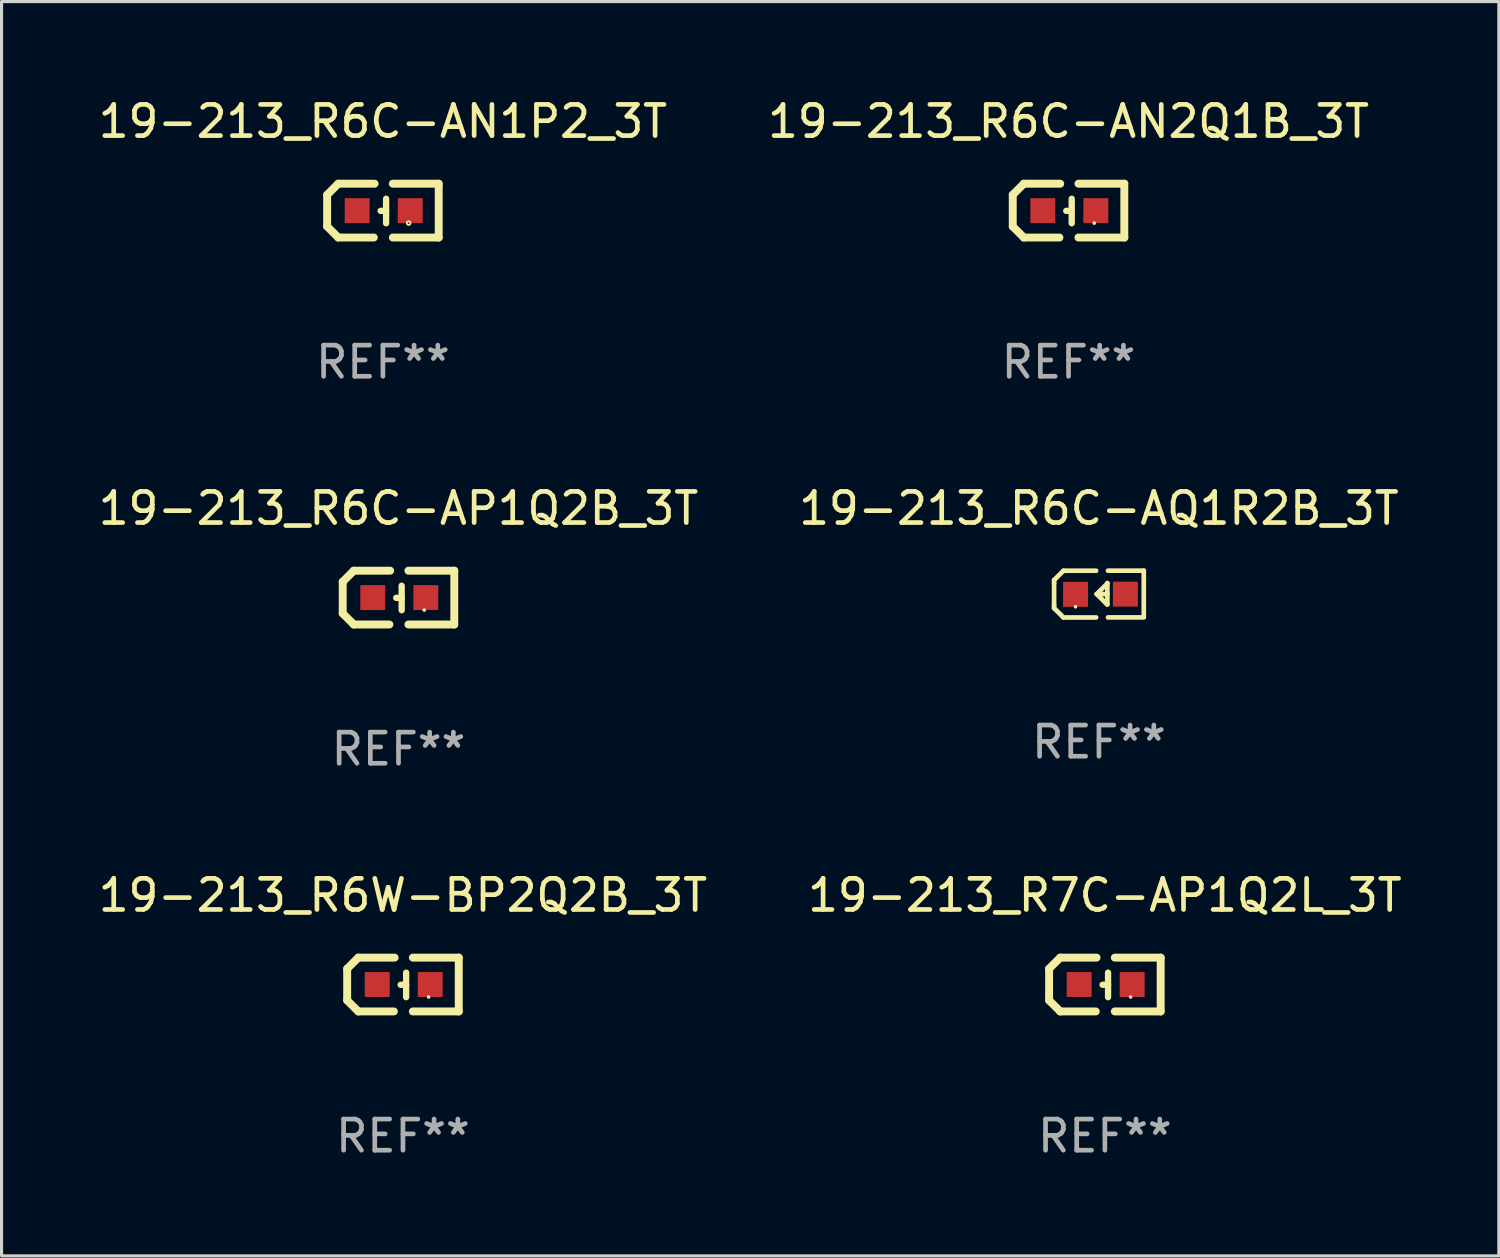
<source format=kicad_pcb>
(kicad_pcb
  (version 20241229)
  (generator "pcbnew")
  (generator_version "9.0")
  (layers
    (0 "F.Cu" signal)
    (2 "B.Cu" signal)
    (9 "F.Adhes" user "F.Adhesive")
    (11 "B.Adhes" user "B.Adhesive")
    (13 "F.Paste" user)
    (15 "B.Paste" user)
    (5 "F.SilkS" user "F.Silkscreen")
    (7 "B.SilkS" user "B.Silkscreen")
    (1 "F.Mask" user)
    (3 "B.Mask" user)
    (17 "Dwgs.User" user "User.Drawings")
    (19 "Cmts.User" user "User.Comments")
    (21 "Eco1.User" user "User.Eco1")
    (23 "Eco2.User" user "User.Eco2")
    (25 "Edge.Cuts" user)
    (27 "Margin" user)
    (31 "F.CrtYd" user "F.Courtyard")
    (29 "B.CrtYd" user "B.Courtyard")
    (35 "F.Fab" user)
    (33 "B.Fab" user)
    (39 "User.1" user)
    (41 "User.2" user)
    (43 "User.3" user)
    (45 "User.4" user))
  (footprint "19-213_R6C-AP1Q2B_3T"
    (layer "F.Cu")
    (at 9.744 16.136)
    (property "Reference" "19-213_R6C-AP1Q2B_3T" (at 0 -2.864 0) (layer "F.SilkS") (effects (font (size 1 1) (thickness 0.15))))
    (attr through_hole)
    (fp_line (start -1.791 -0.508) (end -1.435 -0.864) (stroke (width 0.254) (type solid)) (layer "F.SilkS"))
    (fp_line (start -1.791 0.508) (end -1.791 -0.508) (stroke (width 0.254) (type solid)) (layer "F.SilkS"))
    (fp_line (start -1.435 0.864) (end -1.791 0.508) (stroke (width 0.254) (type solid)) (layer "F.SilkS"))
    (fp_line (start -0.292 0.864) (end -1.435 0.864) (stroke (width 0.254) (type solid)) (layer "F.SilkS"))
    (fp_line (start -0.267 -0.864) (end -1.435 -0.864) (stroke (width 0.254) (type solid)) (layer "F.SilkS"))
    (fp_line (start 0.102 0.008) (end -0.074 0.008) (stroke (width 0.203) (type solid)) (layer "F.SilkS"))
    (fp_line (start 0.102 0.406) (end 0.102 -0.381) (stroke (width 0.203) (type solid)) (layer "F.SilkS"))
    (fp_line (start 1.791 -0.864) (end 0.318 -0.864) (stroke (width 0.254) (type solid)) (layer "F.SilkS"))
    (fp_line (start 1.791 0.864) (end 0.318 0.864) (stroke (width 0.254) (type solid)) (layer "F.SilkS"))
    (fp_line (start 1.791 0.864) (end 1.791 -0.864) (stroke (width 0.254) (type solid)) (layer "F.SilkS"))
    (fp_circle (center 0.825 0.4) (end 0.855 0.4) (stroke (width 0.06) (type solid)) (fill no) (layer "F.SilkS"))
    (fp_text user "REF**" (at 0 4.864 0) (layer "F.Fab") (effects (font (size 1 1) (thickness 0.15))))
    (pad "1" smd rect (at 0.876 0 90) (size 0.8 0.8) (layers "F.Cu" "F.Mask" "F.Paste"))
    (pad "2" smd rect (at -0.826 0 90) (size 0.8 0.8) (layers "F.Cu" "F.Mask" "F.Paste")))
  (footprint "19-213_R6W-BP2Q2B_3T"
    (layer "F.Cu")
    (at 9.887 28.559)
    (property "Reference" "19-213_R6W-BP2Q2B_3T" (at 0 -2.864 0) (layer "F.SilkS") (effects (font (size 1 1) (thickness 0.15))))
    (attr through_hole)
    (fp_line (start -1.791 -0.508) (end -1.435 -0.864) (stroke (width 0.254) (type solid)) (layer "F.SilkS"))
    (fp_line (start -1.791 0.508) (end -1.791 -0.508) (stroke (width 0.254) (type solid)) (layer "F.SilkS"))
    (fp_line (start -1.435 0.864) (end -1.791 0.508) (stroke (width 0.254) (type solid)) (layer "F.SilkS"))
    (fp_line (start -0.292 0.864) (end -1.435 0.864) (stroke (width 0.254) (type solid)) (layer "F.SilkS"))
    (fp_line (start -0.267 -0.864) (end -1.435 -0.864) (stroke (width 0.254) (type solid)) (layer "F.SilkS"))
    (fp_line (start 0.102 0.008) (end -0.074 0.008) (stroke (width 0.203) (type solid)) (layer "F.SilkS"))
    (fp_line (start 0.102 0.406) (end 0.102 -0.381) (stroke (width 0.203) (type solid)) (layer "F.SilkS"))
    (fp_line (start 1.791 -0.864) (end 0.318 -0.864) (stroke (width 0.254) (type solid)) (layer "F.SilkS"))
    (fp_line (start 1.791 0.864) (end 0.318 0.864) (stroke (width 0.254) (type solid)) (layer "F.SilkS"))
    (fp_line (start 1.791 0.864) (end 1.791 -0.864) (stroke (width 0.254) (type solid)) (layer "F.SilkS"))
    (fp_circle (center 0.825 0.4) (end 0.855 0.4) (stroke (width 0.06) (type solid)) (fill no) (layer "F.SilkS"))
    (fp_text user "REF**" (at 0 4.864 0) (layer "F.Fab") (effects (font (size 1 1) (thickness 0.15))))
    (pad "1" smd rect (at 0.876 0 90) (size 0.8 0.8) (layers "F.Cu" "F.Mask" "F.Paste"))
    (pad "2" smd rect (at -0.826 0 90) (size 0.8 0.8) (layers "F.Cu" "F.Mask" "F.Paste")))
  (footprint "19-213_R6C-AN2Q1B_3T"
    (layer "F.Cu")
    (at 31.256 3.712)
    (property "Reference" "19-213_R6C-AN2Q1B_3T" (at 0 -2.864 0) (layer "F.SilkS") (effects (font (size 1 1) (thickness 0.15))))
    (attr through_hole)
    (fp_line (start -1.791 -0.508) (end -1.435 -0.864) (stroke (width 0.254) (type solid)) (layer "F.SilkS"))
    (fp_line (start -1.791 0.508) (end -1.791 -0.508) (stroke (width 0.254) (type solid)) (layer "F.SilkS"))
    (fp_line (start -1.435 0.864) (end -1.791 0.508) (stroke (width 0.254) (type solid)) (layer "F.SilkS"))
    (fp_line (start -0.292 0.864) (end -1.435 0.864) (stroke (width 0.254) (type solid)) (layer "F.SilkS"))
    (fp_line (start -0.267 -0.864) (end -1.435 -0.864) (stroke (width 0.254) (type solid)) (layer "F.SilkS"))
    (fp_line (start 0.102 0.008) (end -0.074 0.008) (stroke (width 0.203) (type solid)) (layer "F.SilkS"))
    (fp_line (start 0.102 0.406) (end 0.102 -0.381) (stroke (width 0.203) (type solid)) (layer "F.SilkS"))
    (fp_line (start 1.791 -0.864) (end 0.318 -0.864) (stroke (width 0.254) (type solid)) (layer "F.SilkS"))
    (fp_line (start 1.791 0.864) (end 0.318 0.864) (stroke (width 0.254) (type solid)) (layer "F.SilkS"))
    (fp_line (start 1.791 0.864) (end 1.791 -0.864) (stroke (width 0.254) (type solid)) (layer "F.SilkS"))
    (fp_circle (center 0.825 0.4) (end 0.855 0.4) (stroke (width 0.06) (type solid)) (fill no) (layer "F.SilkS"))
    (fp_text user "REF**" (at 0 4.864 0) (layer "F.Fab") (effects (font (size 1 1) (thickness 0.15))))
    (pad "1" smd rect (at 0.876 0 90) (size 0.8 0.8) (layers "F.Cu" "F.Mask" "F.Paste"))
    (pad "2" smd rect (at -0.826 0 90) (size 0.8 0.8) (layers "F.Cu" "F.Mask" "F.Paste")))
  (footprint "19-213_R7C-AP1Q2L_3T"
    (layer "F.Cu")
    (at 32.423 28.559)
    (property "Reference" "19-213_R7C-AP1Q2L_3T" (at 0 -2.864 0) (layer "F.SilkS") (effects (font (size 1 1) (thickness 0.15))))
    (attr through_hole)
    (fp_line (start -1.791 -0.508) (end -1.435 -0.864) (stroke (width 0.254) (type solid)) (layer "F.SilkS"))
    (fp_line (start -1.791 0.508) (end -1.791 -0.508) (stroke (width 0.254) (type solid)) (layer "F.SilkS"))
    (fp_line (start -1.435 0.864) (end -1.791 0.508) (stroke (width 0.254) (type solid)) (layer "F.SilkS"))
    (fp_line (start -0.292 0.864) (end -1.435 0.864) (stroke (width 0.254) (type solid)) (layer "F.SilkS"))
    (fp_line (start -0.267 -0.864) (end -1.435 -0.864) (stroke (width 0.254) (type solid)) (layer "F.SilkS"))
    (fp_line (start 0.102 0.008) (end -0.074 0.008) (stroke (width 0.203) (type solid)) (layer "F.SilkS"))
    (fp_line (start 0.102 0.406) (end 0.102 -0.381) (stroke (width 0.203) (type solid)) (layer "F.SilkS"))
    (fp_line (start 1.791 -0.864) (end 0.318 -0.864) (stroke (width 0.254) (type solid)) (layer "F.SilkS"))
    (fp_line (start 1.791 0.864) (end 0.318 0.864) (stroke (width 0.254) (type solid)) (layer "F.SilkS"))
    (fp_line (start 1.791 0.864) (end 1.791 -0.864) (stroke (width 0.254) (type solid)) (layer "F.SilkS"))
    (fp_circle (center 0.825 0.4) (end 0.855 0.4) (stroke (width 0.06) (type solid)) (fill no) (layer "F.SilkS"))
    (fp_text user "REF**" (at 0 4.864 0) (layer "F.Fab") (effects (font (size 1 1) (thickness 0.15))))
    (pad "1" smd rect (at 0.876 0 90) (size 0.8 0.8) (layers "F.Cu" "F.Mask" "F.Paste"))
    (pad "2" smd rect (at -0.826 0 90) (size 0.8 0.8) (layers "F.Cu" "F.Mask" "F.Paste")))
  (footprint "19-213_R6C-AN1P2_3T"
    (layer "F.Cu")
    (at 9.244 3.712)
    (property "Reference" "19-213_R6C-AN1P2_3T" (at 0 -2.864 0) (layer "F.SilkS") (effects (font (size 1 1) (thickness 0.15))))
    (attr through_hole)
    (fp_line (start -1.791 -0.508) (end -1.435 -0.864) (stroke (width 0.254) (type solid)) (layer "F.SilkS"))
    (fp_line (start -1.791 0.508) (end -1.791 -0.508) (stroke (width 0.254) (type solid)) (layer "F.SilkS"))
    (fp_line (start -1.435 0.864) (end -1.791 0.508) (stroke (width 0.254) (type solid)) (layer "F.SilkS"))
    (fp_line (start -0.292 0.864) (end -1.435 0.864) (stroke (width 0.254) (type solid)) (layer "F.SilkS"))
    (fp_line (start -0.267 -0.864) (end -1.435 -0.864) (stroke (width 0.254) (type solid)) (layer "F.SilkS"))
    (fp_line (start 0.102 0.008) (end -0.074 0.008) (stroke (width 0.203) (type solid)) (layer "F.SilkS"))
    (fp_line (start 0.102 0.406) (end 0.102 -0.381) (stroke (width 0.203) (type solid)) (layer "F.SilkS"))
    (fp_line (start 1.791 -0.864) (end 0.318 -0.864) (stroke (width 0.254) (type solid)) (layer "F.SilkS"))
    (fp_line (start 1.791 0.864) (end 0.318 0.864) (stroke (width 0.254) (type solid)) (layer "F.SilkS"))
    (fp_line (start 1.791 0.864) (end 1.791 -0.864) (stroke (width 0.254) (type solid)) (layer "F.SilkS"))
    (fp_circle (center 0.826 0.4) (end 0.855 0.4) (stroke (width 0.06) (type solid)) (fill no) (layer "F.SilkS"))
    (fp_text user "REF**" (at 0 4.864 0) (layer "F.Fab") (effects (font (size 1 1) (thickness 0.15))))
    (pad "1" smd rect (at 0.876 0 90) (size 0.8 0.8) (layers "F.Cu" "F.Mask" "F.Paste"))
    (pad "2" smd rect (at -0.826 0 90) (size 0.8 0.8) (layers "F.Cu" "F.Mask" "F.Paste")))
  (footprint "19-213_R6C-AQ1R2B_3T"
    (layer "F.Cu")
    (at 32.232 16.023)
    (property "Reference" "19-213_R6C-AQ1R2B_3T" (at 0 -2.751 0) (layer "F.SilkS") (effects (font (size 1 1) (thickness 0.15))))
    (attr through_hole)
    (fp_line (start -1.44 -0.449) (end -1.14 -0.749) (stroke (width 0.15) (type solid)) (layer "F.SilkS"))
    (fp_line (start -1.44 -0.349) (end -1.44 -0.449) (stroke (width 0.15) (type solid)) (layer "F.SilkS"))
    (fp_line (start -1.44 -0.349) (end -1.44 0.351) (stroke (width 0.15) (type solid)) (layer "F.SilkS"))
    (fp_line (start -1.44 0.351) (end -1.44 0.451) (stroke (width 0.15) (type solid)) (layer "F.SilkS"))
    (fp_line (start -1.44 0.451) (end -1.14 0.751) (stroke (width 0.15) (type solid)) (layer "F.SilkS"))
    (fp_line (start -0.09 -0.749) (end -1.14 -0.749) (stroke (width 0.15) (type solid)) (layer "F.SilkS"))
    (fp_line (start -0.09 0.751) (end -1.14 0.751) (stroke (width 0.15) (type solid)) (layer "F.SilkS"))
    (fp_line (start 0.26 0.329) (end -0.07 -0.001) (stroke (width 0.15) (type solid)) (layer "F.SilkS"))
    (fp_line (start 0.27 -0.351) (end 0.27 -0.341) (stroke (width 0.15) (type solid)) (layer "F.SilkS"))
    (fp_line (start 0.27 -0.351) (end 0.27 0.329) (stroke (width 0.15) (type solid)) (layer "F.SilkS"))
    (fp_line (start 0.27 -0.341) (end -0.07 -0.001) (stroke (width 0.15) (type solid)) (layer "F.SilkS"))
    (fp_line (start 0.27 -0.001) (end -0.07 -0.001) (stroke (width 0.15) (type solid)) (layer "F.SilkS"))
    (fp_line (start 0.27 0.329) (end 0.26 0.329) (stroke (width 0.15) (type solid)) (layer "F.SilkS"))
    (fp_line (start 0.29 -0.751) (end 1.44 -0.751) (stroke (width 0.15) (type solid)) (layer "F.SilkS"))
    (fp_line (start 0.29 0.749) (end 1.44 0.749) (stroke (width 0.15) (type solid)) (layer "F.SilkS"))
    (fp_line (start 1.44 -0.751) (end 1.44 0.729) (stroke (width 0.15) (type solid)) (layer "F.SilkS"))
    (fp_circle (center -0.75 0.409) (end -0.72 0.409) (stroke (width 0.06) (type solid)) (fill no) (layer "F.SilkS"))
    (fp_text user "REF**" (at 0 4.751 0) (layer "F.Fab") (effects (font (size 1 1) (thickness 0.15))))
    (pad "1" smd rect (at -0.75 0.009 90) (size 0.8 0.8) (layers "F.Cu" "F.Mask" "F.Paste"))
    (pad "2" smd rect (at 0.849 0.002 90) (size 0.8 0.8) (layers "F.Cu" "F.Mask" "F.Paste")))
  (gr_rect
    (start -3 -3)
    (end 45.071 37.271)
    (stroke (width 0.1) (type default))
    (fill no)
    (layer "Edge.Cuts")))
</source>
